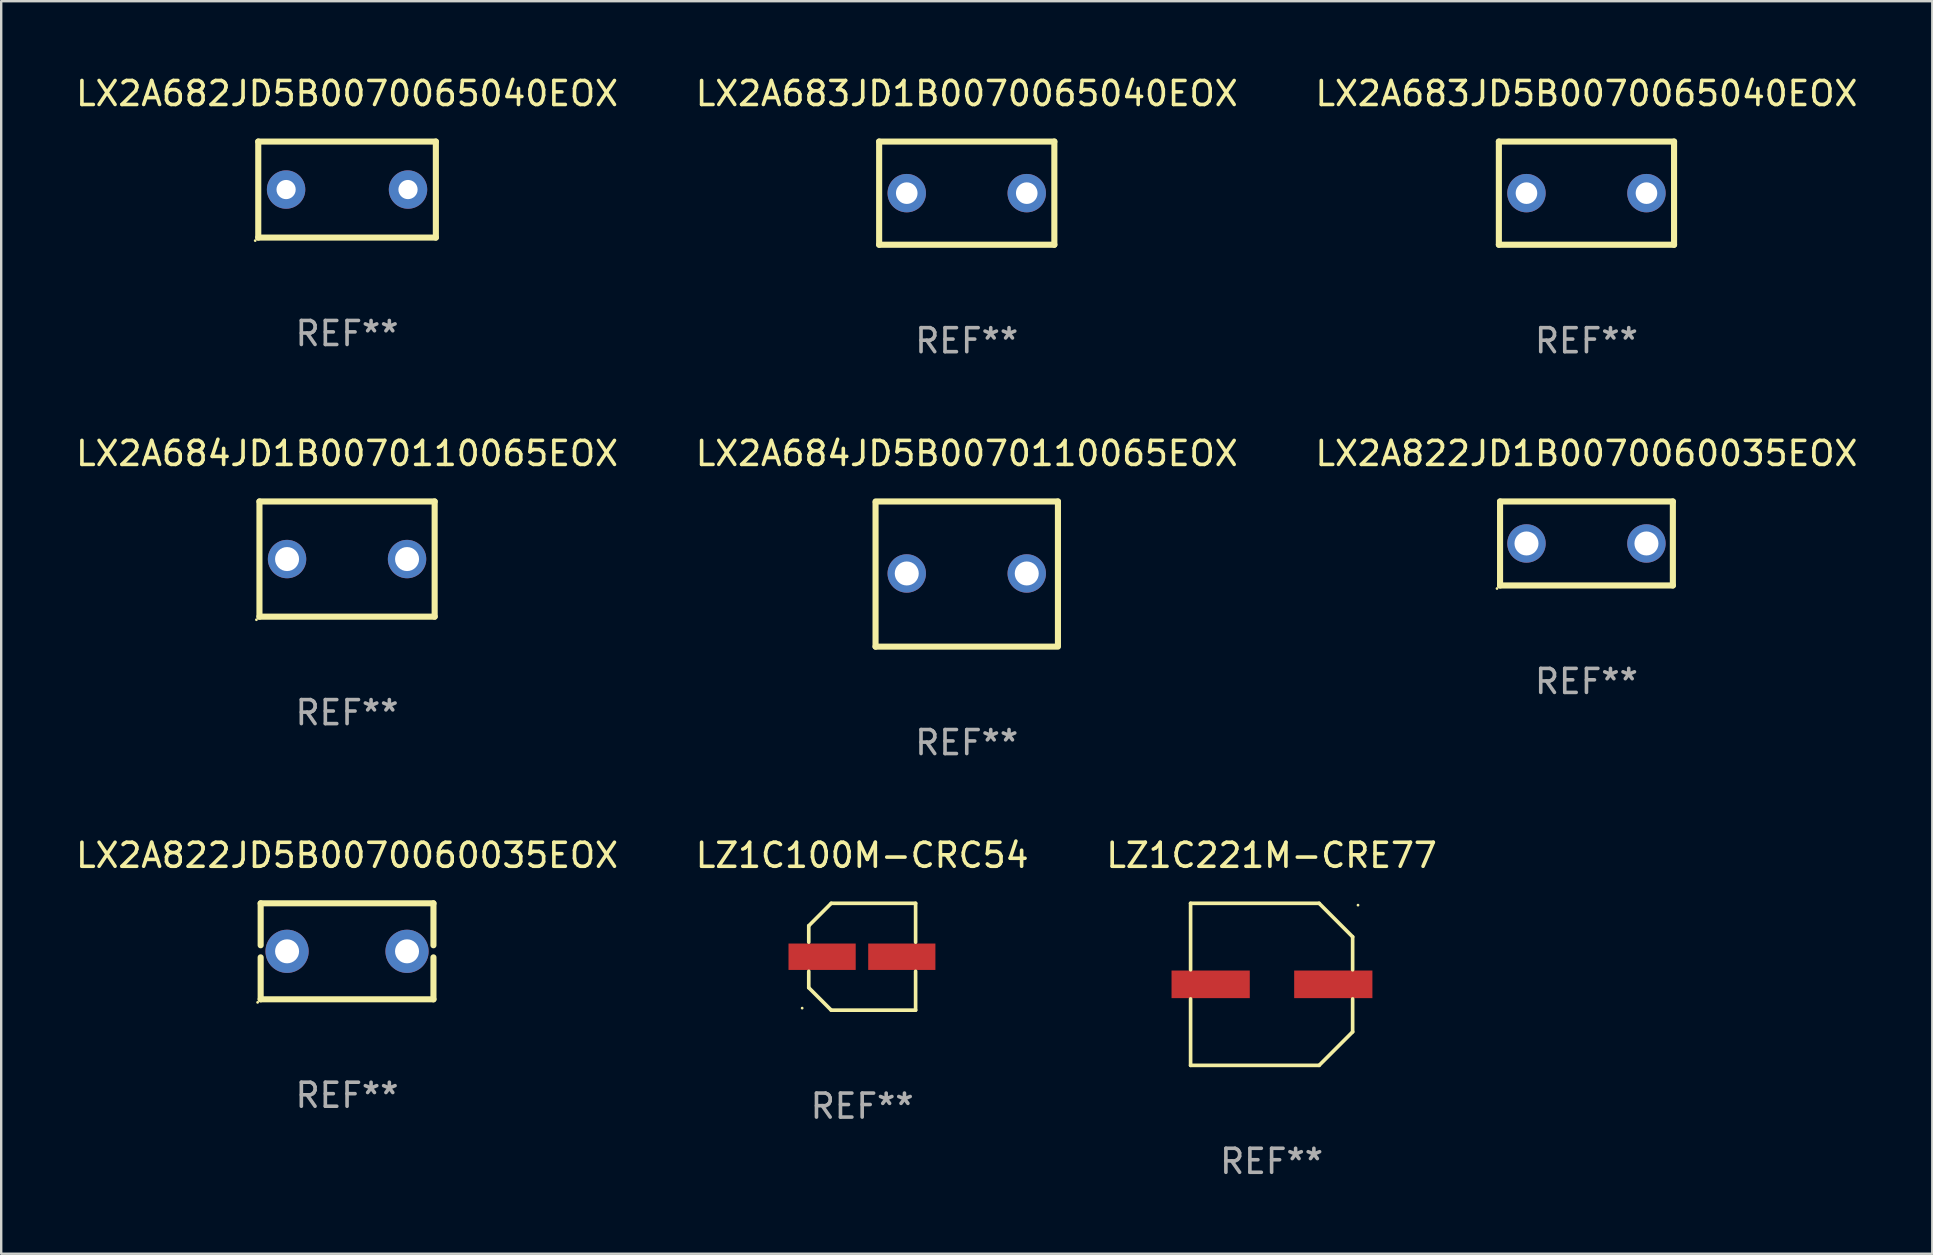
<source format=kicad_pcb>
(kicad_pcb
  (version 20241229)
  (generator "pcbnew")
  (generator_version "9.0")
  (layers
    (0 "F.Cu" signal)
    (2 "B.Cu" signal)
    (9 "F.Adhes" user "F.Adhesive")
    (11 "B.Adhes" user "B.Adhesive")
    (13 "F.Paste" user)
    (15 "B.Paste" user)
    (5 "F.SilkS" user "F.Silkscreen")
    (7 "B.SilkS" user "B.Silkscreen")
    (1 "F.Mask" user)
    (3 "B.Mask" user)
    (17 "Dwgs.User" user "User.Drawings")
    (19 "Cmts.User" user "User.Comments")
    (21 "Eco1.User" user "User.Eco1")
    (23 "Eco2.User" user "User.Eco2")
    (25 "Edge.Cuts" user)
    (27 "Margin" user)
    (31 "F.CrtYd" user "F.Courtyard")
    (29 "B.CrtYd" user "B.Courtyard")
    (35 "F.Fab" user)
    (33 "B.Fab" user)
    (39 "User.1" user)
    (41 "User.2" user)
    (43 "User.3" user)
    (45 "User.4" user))
  (footprint "LX2A684JD5B0070110065EOX"
    (layer "F.Cu")
    (at 37.232 20.869)
    (property "Reference" "LX2A684JD5B0070110065EOX" (at 0 -5.024 0) (layer "F.SilkS") (effects (font (size 1 1) (thickness 0.15))))
    (attr through_hole)
    (fp_line (start -3.8 -3.024) (end 3.8 -3.024) (stroke (width 0.254) (type solid)) (layer "F.SilkS"))
    (fp_line (start -3.8 3.024) (end -3.8 -2.976) (stroke (width 0.254) (type solid)) (layer "F.SilkS"))
    (fp_line (start 3.8 -3.024) (end 3.8 2.976) (stroke (width 0.254) (type solid)) (layer "F.SilkS"))
    (fp_line (start 3.8 3.024) (end -3.8 3.024) (stroke (width 0.254) (type solid)) (layer "F.SilkS"))
    (fp_circle (center -3.75 2.976) (end -3.72 2.976) (stroke (width 0.06) (type solid)) (fill no) (layer "F.SilkS"))
    (fp_text user "REF**" (at 0 7.024 0) (layer "F.Fab") (effects (font (size 1 1) (thickness 0.15))))
    (pad "1" thru_hole circle (at -2.5 -0.024) (size 1.6 1.6) (drill 1) (layers "*.Cu" "*.Mask"))
    (pad "2" thru_hole circle (at 2.5 -0.024) (size 1.6 1.6) (drill 1) (layers "*.Cu" "*.Mask")))
  (footprint "LX2A683JD1B0070065040EOX"
    (layer "F.Cu")
    (at 37.232 4.998)
    (property "Reference" "LX2A683JD1B0070065040EOX" (at 0 -4.15 0) (layer "F.SilkS") (effects (font (size 1 1) (thickness 0.15))))
    (attr through_hole)
    (fp_line (start -3.65 -2.15) (end 3.65 -2.15) (stroke (width 0.254) (type solid)) (layer "F.SilkS"))
    (fp_line (start -3.65 2.15) (end -3.65 -2.15) (stroke (width 0.254) (type solid)) (layer "F.SilkS"))
    (fp_line (start 3.65 -2.15) (end 3.65 2.15) (stroke (width 0.254) (type solid)) (layer "F.SilkS"))
    (fp_line (start 3.65 2.15) (end -3.65 2.15) (stroke (width 0.254) (type solid)) (layer "F.SilkS"))
    (fp_circle (center -3.65 2.15) (end -3.62 2.15) (stroke (width 0.06) (type solid)) (fill no) (layer "F.SilkS"))
    (fp_text user "REF**" (at 0 6.15 0) (layer "F.Fab") (effects (font (size 1 1) (thickness 0.15))))
    (pad "1" thru_hole circle (at -2.5 0) (size 1.6 1.6) (drill 0.9) (layers "*.Cu" "*.Mask"))
    (pad "2" thru_hole circle (at 2.5 0) (size 1.6 1.6) (drill 0.9) (layers "*.Cu" "*.Mask")))
  (footprint "LX2A683JD5B0070065040EOX"
    (layer "F.Cu")
    (at 63.054 4.998)
    (property "Reference" "LX2A683JD5B0070065040EOX" (at 0 -4.15 0) (layer "F.SilkS") (effects (font (size 1 1) (thickness 0.15))))
    (attr through_hole)
    (fp_line (start -3.65 -2.15) (end 3.65 -2.15) (stroke (width 0.254) (type solid)) (layer "F.SilkS"))
    (fp_line (start -3.65 2.15) (end -3.65 -2.15) (stroke (width 0.254) (type solid)) (layer "F.SilkS"))
    (fp_line (start 3.65 -2.15) (end 3.65 2.15) (stroke (width 0.254) (type solid)) (layer "F.SilkS"))
    (fp_line (start 3.65 2.15) (end -3.65 2.15) (stroke (width 0.254) (type solid)) (layer "F.SilkS"))
    (fp_circle (center -3.65 2.15) (end -3.62 2.15) (stroke (width 0.06) (type solid)) (fill no) (layer "F.SilkS"))
    (fp_text user "REF**" (at 0 6.15 0) (layer "F.Fab") (effects (font (size 1 1) (thickness 0.15))))
    (pad "1" thru_hole circle (at -2.5 0) (size 1.6 1.6) (drill 0.9) (layers "*.Cu" "*.Mask"))
    (pad "2" thru_hole circle (at 2.5 0) (size 1.6 1.6) (drill 0.9) (layers "*.Cu" "*.Mask")))
  (footprint "LX2A684JD1B0070110065EOX"
    (layer "F.Cu")
    (at 11.411 20.245)
    (property "Reference" "LX2A684JD1B0070110065EOX" (at 0 -4.4 0) (layer "F.SilkS") (effects (font (size 1 1) (thickness 0.15))))
    (attr through_hole)
    (fp_line (start -3.65 -2.4) (end 3.65 -2.4) (stroke (width 0.254) (type solid)) (layer "F.SilkS"))
    (fp_line (start -3.65 2.4) (end -3.65 -2.4) (stroke (width 0.254) (type solid)) (layer "F.SilkS"))
    (fp_line (start 3.65 -2.4) (end 3.65 2.4) (stroke (width 0.254) (type solid)) (layer "F.SilkS"))
    (fp_line (start 3.65 2.4) (end -3.65 2.4) (stroke (width 0.254) (type solid)) (layer "F.SilkS"))
    (fp_circle (center -3.777 2.527) (end -3.747 2.527) (stroke (width 0.06) (type solid)) (fill no) (layer "F.SilkS"))
    (fp_text user "REF**" (at 0 6.4 0) (layer "F.Fab") (effects (font (size 1 1) (thickness 0.15))))
    (pad "1" thru_hole circle (at -2.5 0) (size 1.6 1.6) (drill 1) (layers "*.Cu" "*.Mask"))
    (pad "2" thru_hole circle (at 2.5 0) (size 1.6 1.6) (drill 1) (layers "*.Cu" "*.Mask")))
  (footprint "LX2A682JD5B0070065040EOX"
    (layer "F.Cu")
    (at 11.411 4.848)
    (property "Reference" "LX2A682JD5B0070065040EOX" (at 0 -4 0) (layer "F.SilkS") (effects (font (size 1 1) (thickness 0.15))))
    (attr through_hole)
    (fp_line (start -3.7 -2) (end -3.7 2) (stroke (width 0.254) (type solid)) (layer "F.SilkS"))
    (fp_line (start -3.7 -2) (end 3.7 -2) (stroke (width 0.254) (type solid)) (layer "F.SilkS"))
    (fp_line (start -3.7 2) (end 3.7 2) (stroke (width 0.254) (type solid)) (layer "F.SilkS"))
    (fp_line (start 3.7 -2) (end 3.7 2) (stroke (width 0.254) (type solid)) (layer "F.SilkS"))
    (fp_circle (center -3.827 2.127) (end -3.797 2.127) (stroke (width 0.06) (type solid)) (fill no) (layer "F.SilkS"))
    (fp_text user "REF**" (at 0 6 0) (layer "F.Fab") (effects (font (size 1 1) (thickness 0.15))))
    (pad "1" thru_hole circle (at -2.54 0) (size 1.6 1.6) (drill 0.8) (layers "*.Cu" "*.Mask"))
    (pad "2" thru_hole circle (at 2.54 0) (size 1.6 1.6) (drill 0.8) (layers "*.Cu" "*.Mask")))
  (footprint "LZ1C221M-CRE77"
    (layer "F.Cu")
    (at 49.935 37.965)
    (property "Reference" "LZ1C221M-CRE77" (at 0 -5.376 0) (layer "F.SilkS") (effects (font (size 1 1) (thickness 0.15))))
    (attr through_hole)
    (fp_line (start -3.376 -3.376) (end 1.98 -3.376) (stroke (width 0.152) (type solid)) (layer "F.SilkS"))
    (fp_line (start -3.376 -0.607) (end -3.376 -3.376) (stroke (width 0.152) (type solid)) (layer "F.SilkS"))
    (fp_line (start -3.376 0.607) (end -3.376 3.376) (stroke (width 0.152) (type solid)) (layer "F.SilkS"))
    (fp_line (start -3.376 3.376) (end 1.98 3.376) (stroke (width 0.152) (type solid)) (layer "F.SilkS"))
    (fp_line (start 1.98 -3.376) (end 3.376 -1.98) (stroke (width 0.152) (type solid)) (layer "F.SilkS"))
    (fp_line (start 1.98 3.376) (end 3.376 1.98) (stroke (width 0.152) (type solid)) (layer "F.SilkS"))
    (fp_line (start 3.376 -1.98) (end 3.376 -0.607) (stroke (width 0.152) (type solid)) (layer "F.SilkS"))
    (fp_line (start 3.376 1.98) (end 3.376 0.607) (stroke (width 0.152) (type solid)) (layer "F.SilkS"))
    (fp_circle (center 3.6 -3.3) (end 3.63 -3.3) (stroke (width 0.06) (type solid)) (fill no) (layer "F.SilkS"))
    (fp_text user "REF**" (at 0 7.376 0) (layer "F.Fab") (effects (font (size 1 1) (thickness 0.15))))
    (pad "1" smd rect (at 2.57 0 180) (size 3.26 1.15) (layers "F.Cu" "F.Mask" "F.Paste"))
    (pad "2" smd rect (at -2.54 0 180) (size 3.26 1.15) (layers "F.Cu" "F.Mask" "F.Paste")))
  (footprint "LX2A822JD1B0070060035EOX"
    (layer "F.Cu")
    (at 63.054 19.595)
    (property "Reference" "LX2A822JD1B0070060035EOX" (at 0 -3.75 0) (layer "F.SilkS") (effects (font (size 1 1) (thickness 0.15))))
    (attr through_hole)
    (fp_line (start -3.6 -1.75) (end 3.6 -1.75) (stroke (width 0.254) (type solid)) (layer "F.SilkS"))
    (fp_line (start -3.6 1.75) (end -3.6 -1.75) (stroke (width 0.254) (type solid)) (layer "F.SilkS"))
    (fp_line (start -3.6 1.75) (end 3.6 1.75) (stroke (width 0.254) (type solid)) (layer "F.SilkS"))
    (fp_line (start 3.6 -1.75) (end 3.6 1.75) (stroke (width 0.254) (type solid)) (layer "F.SilkS"))
    (fp_circle (center -3.727 1.877) (end -3.697 1.877) (stroke (width 0.06) (type solid)) (fill no) (layer "F.SilkS"))
    (fp_text user "REF**" (at 0 5.75 0) (layer "F.Fab") (effects (font (size 1 1) (thickness 0.15))))
    (pad "1" thru_hole circle (at -2.499 -0.000013) (size 1.6 1.6) (drill 1) (layers "*.Cu" "*.Mask"))
    (pad "2" thru_hole circle (at 2.499 -0.000013) (size 1.6 1.6) (drill 1) (layers "*.Cu" "*.Mask")))
  (footprint "LX2A822JD5B0070060035EOX"
    (layer "F.Cu")
    (at 11.411 36.589)
    (property "Reference" "LX2A822JD5B0070060035EOX" (at 0 -4 0) (layer "F.SilkS") (effects (font (size 1 1) (thickness 0.15))))
    (attr through_hole)
    (fp_line (start -3.6 -2) (end -3.6 -0.252) (stroke (width 0.254) (type solid)) (layer "F.SilkS"))
    (fp_line (start -3.6 -2) (end 3.6 -2) (stroke (width 0.254) (type solid)) (layer "F.SilkS"))
    (fp_line (start -3.6 0.252) (end -3.6 2) (stroke (width 0.254) (type solid)) (layer "F.SilkS"))
    (fp_line (start -3.6 2) (end 3.6 2) (stroke (width 0.254) (type solid)) (layer "F.SilkS"))
    (fp_line (start 3.6 -0.252) (end 3.6 -2) (stroke (width 0.254) (type solid)) (layer "F.SilkS"))
    (fp_line (start 3.6 2) (end 3.6 0.252) (stroke (width 0.254) (type solid)) (layer "F.SilkS"))
    (fp_circle (center -3.727 2.127) (end -3.697 2.127) (stroke (width 0.06) (type solid)) (fill no) (layer "F.SilkS"))
    (fp_text user "REF**" (at 0 6 0) (layer "F.Fab") (effects (font (size 1 1) (thickness 0.15))))
    (pad "1" thru_hole circle (at -2.499 0) (size 1.8 1.8) (drill 1) (layers "*.Cu" "*.Mask"))
    (pad "2" thru_hole circle (at 2.499 0) (size 1.8 1.8) (drill 1) (layers "*.Cu" "*.Mask")))
  (footprint "LZ1C100M-CRC54"
    (layer "F.Cu")
    (at 32.875 36.815)
    (property "Reference" "LZ1C100M-CRC54" (at 0 -4.226 0) (layer "F.SilkS") (effects (font (size 1 1) (thickness 0.15))))
    (attr through_hole)
    (fp_line (start -2.226 -1.29) (end -2.226 -0.607) (stroke (width 0.152) (type solid)) (layer "F.SilkS"))
    (fp_line (start -2.226 1.29) (end -2.226 0.607) (stroke (width 0.152) (type solid)) (layer "F.SilkS"))
    (fp_line (start -1.29 -2.226) (end -2.226 -1.29) (stroke (width 0.152) (type solid)) (layer "F.SilkS"))
    (fp_line (start -1.29 2.226) (end -2.226 1.29) (stroke (width 0.152) (type solid)) (layer "F.SilkS"))
    (fp_line (start 2.226 -2.226) (end -1.29 -2.226) (stroke (width 0.152) (type solid)) (layer "F.SilkS"))
    (fp_line (start 2.226 -0.607) (end 2.226 -2.226) (stroke (width 0.152) (type solid)) (layer "F.SilkS"))
    (fp_line (start 2.226 0.607) (end 2.226 2.226) (stroke (width 0.152) (type solid)) (layer "F.SilkS"))
    (fp_line (start 2.226 2.226) (end -1.29 2.226) (stroke (width 0.152) (type solid)) (layer "F.SilkS"))
    (fp_circle (center -2.501 2.141) (end -2.471 2.141) (stroke (width 0.06) (type solid)) (fill no) (layer "F.SilkS"))
    (fp_text user "REF**" (at 0 6.226 0) (layer "F.Fab") (effects (font (size 1 1) (thickness 0.15))))
    (pad "1" smd rect (at -1.67 -0.000025) (size 2.8 1.1) (layers "F.Cu" "F.Mask" "F.Paste"))
    (pad "2" smd rect (at 1.651 -0.000025) (size 2.8 1.1) (layers "F.Cu" "F.Mask" "F.Paste")))
  (gr_rect
    (start -3 -3)
    (end 77.464 49.19)
    (stroke (width 0.1) (type default))
    (fill no)
    (layer "Edge.Cuts")))
</source>
